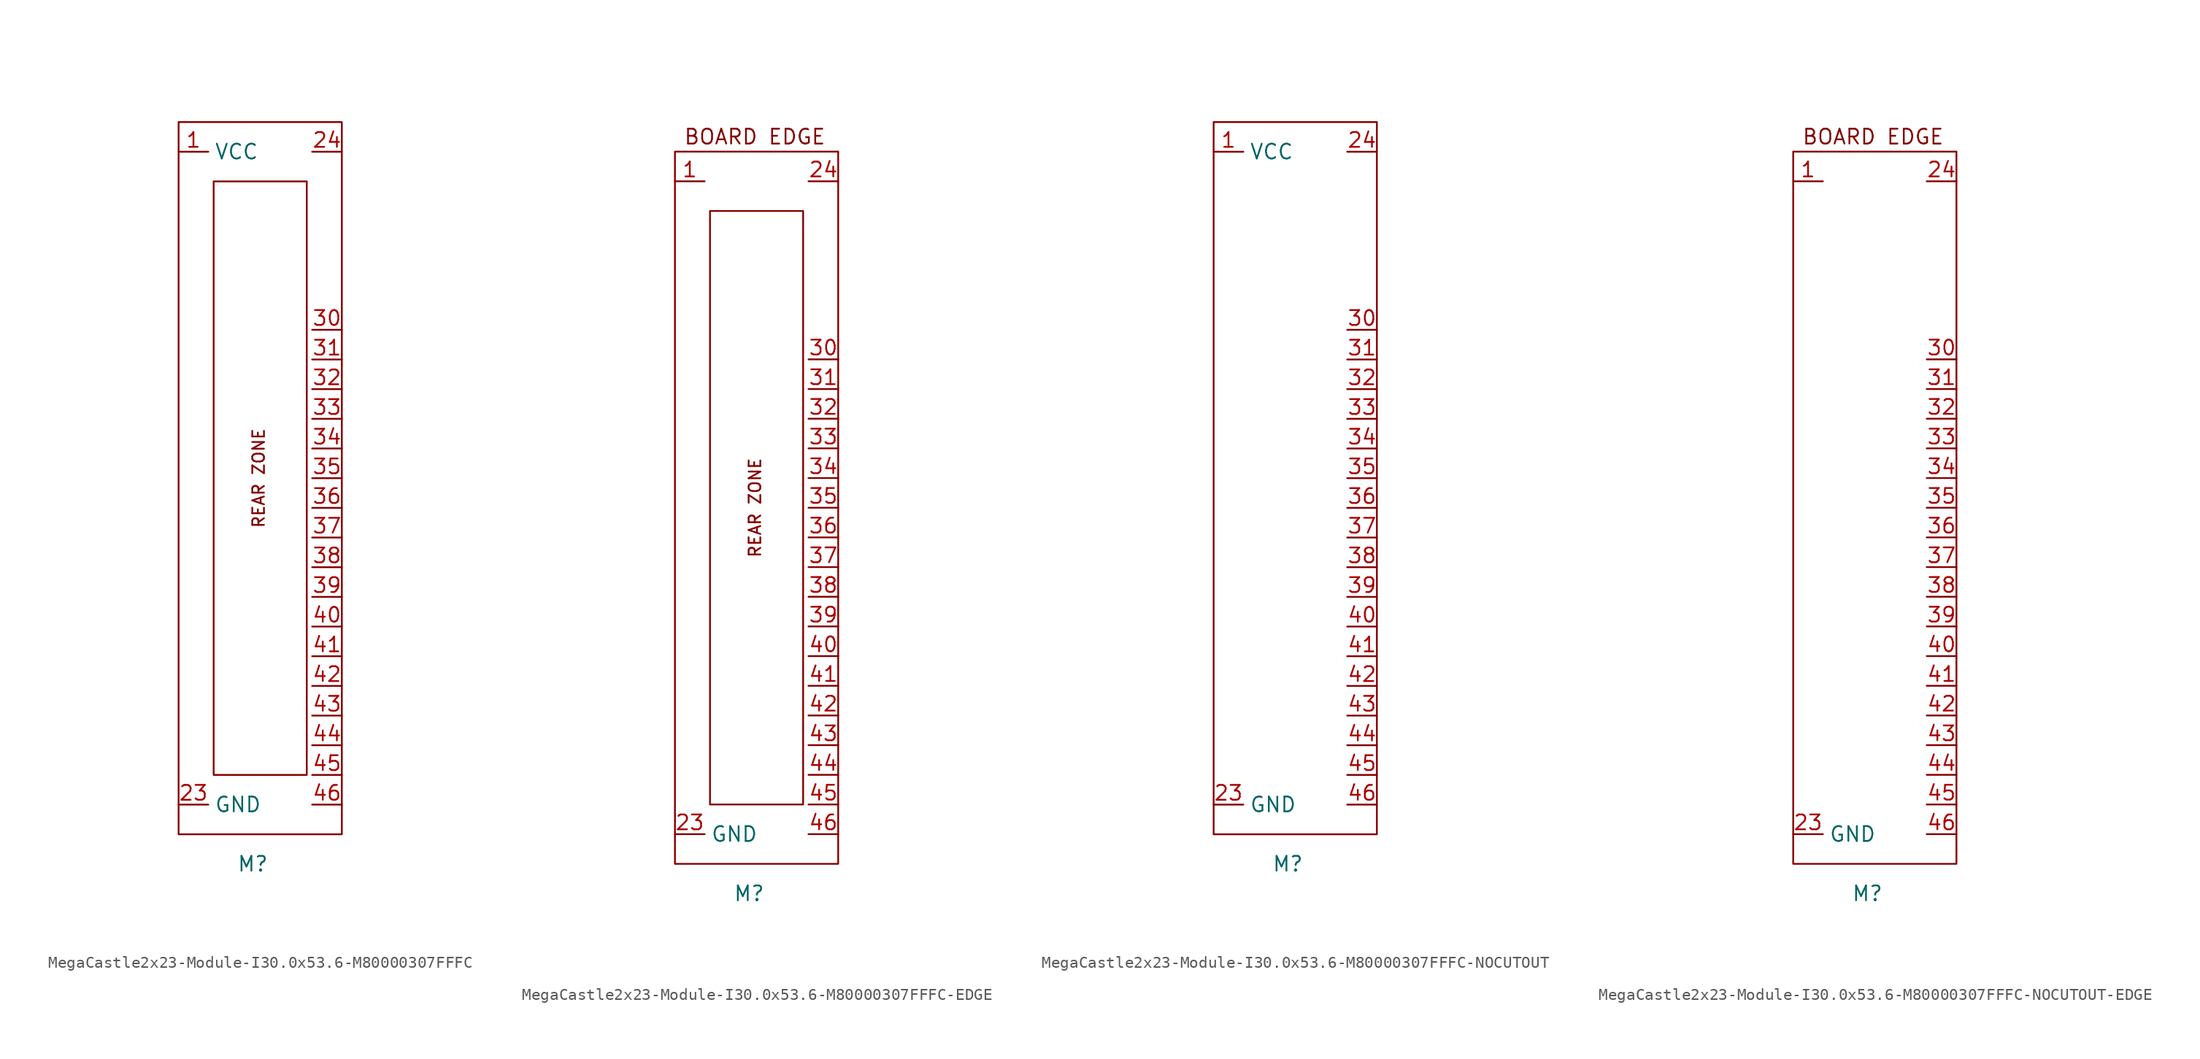
<source format=kicad_sym>
(kicad_symbol_lib
  (version 20231120)
  (generator "kicad_symbol_editor")
  (generator_version "8.0")
  (symbol "MegaCastle2x23-Module-I30.0x53.6-M80000307FFFC"
    (property "Reference" "M"
      (at 0 -33.02 0)
      (effects (font (size 1.27 1.27))))
    (property "Value" ""
      (at 0 5.08 0)
      (effects (font (size 1.27 1.27))))
    (symbol "MegaCastle2x23-Module-I30.0x53.6-M80000307FFFC_0_1"
      (rectangle (start -6.35 30.48) (end 7.62 -30.48) (stroke (width 0) (type default)) (fill (type none)))
      (rectangle (start -3.35 25.4) (end 4.62 -25.4) (stroke (width 0) (type default)) (fill (type none))))
    (symbol "MegaCastle2x23-Module-I30.0x53.6-M80000307FFFC_1_1"
      (text "REAR ZONE" (at 0.5 0 900) (effects (font (size 1 1))))
      (pin bidirectional line (at -6.35 27.94 0) (length 2.54) (name "VCC" (effects (font (size 1.27 1.27)))) (number "1" (effects (font (size 1.27 1.27)))))
      (pin bidirectional line (at -6.35 -27.94 0) (length 2.54) (name "GND" (effects (font (size 1.27 1.27)))) (number "23" (effects (font (size 1.27 1.27)))))
      (pin bidirectional line (at 7.62 27.94 180) (length 2.54) (name "" (effects (font (size 1.27 1.27)))) (number "24" (effects (font (size 1.27 1.27)))))
      (pin bidirectional line (at 7.62 12.7 180) (length 2.54) (name "" (effects (font (size 1.27 1.27)))) (number "30" (effects (font (size 1.27 1.27)))))
      (pin bidirectional line (at 7.62 10.16 180) (length 2.54) (name "" (effects (font (size 1.27 1.27)))) (number "31" (effects (font (size 1.27 1.27)))))
      (pin bidirectional line (at 7.62 7.62 180) (length 2.54) (name "" (effects (font (size 1.27 1.27)))) (number "32" (effects (font (size 1.27 1.27)))))
      (pin bidirectional line (at 7.62 5.08 180) (length 2.54) (name "" (effects (font (size 1.27 1.27)))) (number "33" (effects (font (size 1.27 1.27)))))
      (pin bidirectional line (at 7.62 2.54 180) (length 2.54) (name "" (effects (font (size 1.27 1.27)))) (number "34" (effects (font (size 1.27 1.27)))))
      (pin bidirectional line (at 7.62 0 180) (length 2.54) (name "" (effects (font (size 1.27 1.27)))) (number "35" (effects (font (size 1.27 1.27)))))
      (pin bidirectional line (at 7.62 -2.54 180) (length 2.54) (name "" (effects (font (size 1.27 1.27)))) (number "36" (effects (font (size 1.27 1.27)))))
      (pin bidirectional line (at 7.62 -5.08 180) (length 2.54) (name "" (effects (font (size 1.27 1.27)))) (number "37" (effects (font (size 1.27 1.27)))))
      (pin bidirectional line (at 7.62 -7.62 180) (length 2.54) (name "" (effects (font (size 1.27 1.27)))) (number "38" (effects (font (size 1.27 1.27)))))
      (pin bidirectional line (at 7.62 -10.16 180) (length 2.54) (name "" (effects (font (size 1.27 1.27)))) (number "39" (effects (font (size 1.27 1.27)))))
      (pin bidirectional line (at 7.62 -12.7 180) (length 2.54) (name "" (effects (font (size 1.27 1.27)))) (number "40" (effects (font (size 1.27 1.27)))))
      (pin bidirectional line (at 7.62 -15.24 180) (length 2.54) (name "" (effects (font (size 1.27 1.27)))) (number "41" (effects (font (size 1.27 1.27)))))
      (pin bidirectional line (at 7.62 -17.78 180) (length 2.54) (name "" (effects (font (size 1.27 1.27)))) (number "42" (effects (font (size 1.27 1.27)))))
      (pin bidirectional line (at 7.62 -20.32 180) (length 2.54) (name "" (effects (font (size 1.27 1.27)))) (number "43" (effects (font (size 1.27 1.27)))))
      (pin bidirectional line (at 7.62 -22.86 180) (length 2.54) (name "" (effects (font (size 1.27 1.27)))) (number "44" (effects (font (size 1.27 1.27)))))
      (pin bidirectional line (at 7.62 -25.4 180) (length 2.54) (name "" (effects (font (size 1.27 1.27)))) (number "45" (effects (font (size 1.27 1.27)))))
      (pin bidirectional line (at 7.62 -27.94 180) (length 2.54) (name "" (effects (font (size 1.27 1.27)))) (number "46" (effects (font (size 1.27 1.27)))))))
  (symbol "MegaCastle2x23-Module-I30.0x53.6-M80000307FFFC-EDGE"
    (property "Reference" "M"
      (at 0 -33.02 0)
      (effects (font (size 1.27 1.27))))
    (property "Value" ""
      (at 0 5.08 0)
      (effects (font (size 1.27 1.27))))
    (symbol "MegaCastle2x23-Module-I30.0x53.6-M80000307FFFC-EDGE_0_1"
      (rectangle (start -6.35 30.48) (end 7.62 -30.48) (stroke (width 0) (type default)) (fill (type none)))
      (rectangle (start -3.35 25.4) (end 4.62 -25.4) (stroke (width 0) (type default)) (fill (type none))))
    (symbol "MegaCastle2x23-Module-I30.0x53.6-M80000307FFFC-EDGE_1_1"
      (text " BOARD EDGE" (at 0 31.75 0) (effects (font (size 1.27 1.27))))
      (text "REAR ZONE" (at 0.5 0 900) (effects (font (size 1 1))))
      (pin bidirectional line (at -6.35 27.94 0) (length 2.54) (name "" (effects (font (size 1.27 1.27)))) (number "1" (effects (font (size 1.27 1.27)))))
      (pin bidirectional line (at -6.35 -27.94 0) (length 2.54) (name "GND" (effects (font (size 1.27 1.27)))) (number "23" (effects (font (size 1.27 1.27)))))
      (pin bidirectional line (at 7.62 27.94 180) (length 2.54) (name "" (effects (font (size 1.27 1.27)))) (number "24" (effects (font (size 1.27 1.27)))))
      (pin bidirectional line (at 7.62 12.7 180) (length 2.54) (name "" (effects (font (size 1.27 1.27)))) (number "30" (effects (font (size 1.27 1.27)))))
      (pin bidirectional line (at 7.62 10.16 180) (length 2.54) (name "" (effects (font (size 1.27 1.27)))) (number "31" (effects (font (size 1.27 1.27)))))
      (pin bidirectional line (at 7.62 7.62 180) (length 2.54) (name "" (effects (font (size 1.27 1.27)))) (number "32" (effects (font (size 1.27 1.27)))))
      (pin bidirectional line (at 7.62 5.08 180) (length 2.54) (name "" (effects (font (size 1.27 1.27)))) (number "33" (effects (font (size 1.27 1.27)))))
      (pin bidirectional line (at 7.62 2.54 180) (length 2.54) (name "" (effects (font (size 1.27 1.27)))) (number "34" (effects (font (size 1.27 1.27)))))
      (pin bidirectional line (at 7.62 0 180) (length 2.54) (name "" (effects (font (size 1.27 1.27)))) (number "35" (effects (font (size 1.27 1.27)))))
      (pin bidirectional line (at 7.62 -2.54 180) (length 2.54) (name "" (effects (font (size 1.27 1.27)))) (number "36" (effects (font (size 1.27 1.27)))))
      (pin bidirectional line (at 7.62 -5.08 180) (length 2.54) (name "" (effects (font (size 1.27 1.27)))) (number "37" (effects (font (size 1.27 1.27)))))
      (pin bidirectional line (at 7.62 -7.62 180) (length 2.54) (name "" (effects (font (size 1.27 1.27)))) (number "38" (effects (font (size 1.27 1.27)))))
      (pin bidirectional line (at 7.62 -10.16 180) (length 2.54) (name "" (effects (font (size 1.27 1.27)))) (number "39" (effects (font (size 1.27 1.27)))))
      (pin bidirectional line (at 7.62 -12.7 180) (length 2.54) (name "" (effects (font (size 1.27 1.27)))) (number "40" (effects (font (size 1.27 1.27)))))
      (pin bidirectional line (at 7.62 -15.24 180) (length 2.54) (name "" (effects (font (size 1.27 1.27)))) (number "41" (effects (font (size 1.27 1.27)))))
      (pin bidirectional line (at 7.62 -17.78 180) (length 2.54) (name "" (effects (font (size 1.27 1.27)))) (number "42" (effects (font (size 1.27 1.27)))))
      (pin bidirectional line (at 7.62 -20.32 180) (length 2.54) (name "" (effects (font (size 1.27 1.27)))) (number "43" (effects (font (size 1.27 1.27)))))
      (pin bidirectional line (at 7.62 -22.86 180) (length 2.54) (name "" (effects (font (size 1.27 1.27)))) (number "44" (effects (font (size 1.27 1.27)))))
      (pin bidirectional line (at 7.62 -25.4 180) (length 2.54) (name "" (effects (font (size 1.27 1.27)))) (number "45" (effects (font (size 1.27 1.27)))))
      (pin bidirectional line (at 7.62 -27.94 180) (length 2.54) (name "" (effects (font (size 1.27 1.27)))) (number "46" (effects (font (size 1.27 1.27)))))))
  (symbol "MegaCastle2x23-Module-I30.0x53.6-M80000307FFFC-NOCUTOUT"
    (property "Reference" "M"
      (at 0 -33.02 0)
      (effects (font (size 1.27 1.27))))
    (property "Value" ""
      (at 0 5.08 0)
      (effects (font (size 1.27 1.27))))
    (symbol "MegaCastle2x23-Module-I30.0x53.6-M80000307FFFC-NOCUTOUT_0_1"
      (rectangle (start -6.35 30.48) (end 7.62 -30.48) (stroke (width 0) (type default)) (fill (type none))))
    (symbol "MegaCastle2x23-Module-I30.0x53.6-M80000307FFFC-NOCUTOUT_1_1"
      (pin bidirectional line (at -6.35 27.94 0) (length 2.54) (name "VCC" (effects (font (size 1.27 1.27)))) (number "1" (effects (font (size 1.27 1.27)))))
      (pin bidirectional line (at -6.35 -27.94 0) (length 2.54) (name "GND" (effects (font (size 1.27 1.27)))) (number "23" (effects (font (size 1.27 1.27)))))
      (pin bidirectional line (at 7.62 27.94 180) (length 2.54) (name "" (effects (font (size 1.27 1.27)))) (number "24" (effects (font (size 1.27 1.27)))))
      (pin bidirectional line (at 7.62 12.7 180) (length 2.54) (name "" (effects (font (size 1.27 1.27)))) (number "30" (effects (font (size 1.27 1.27)))))
      (pin bidirectional line (at 7.62 10.16 180) (length 2.54) (name "" (effects (font (size 1.27 1.27)))) (number "31" (effects (font (size 1.27 1.27)))))
      (pin bidirectional line (at 7.62 7.62 180) (length 2.54) (name "" (effects (font (size 1.27 1.27)))) (number "32" (effects (font (size 1.27 1.27)))))
      (pin bidirectional line (at 7.62 5.08 180) (length 2.54) (name "" (effects (font (size 1.27 1.27)))) (number "33" (effects (font (size 1.27 1.27)))))
      (pin bidirectional line (at 7.62 2.54 180) (length 2.54) (name "" (effects (font (size 1.27 1.27)))) (number "34" (effects (font (size 1.27 1.27)))))
      (pin bidirectional line (at 7.62 0 180) (length 2.54) (name "" (effects (font (size 1.27 1.27)))) (number "35" (effects (font (size 1.27 1.27)))))
      (pin bidirectional line (at 7.62 -2.54 180) (length 2.54) (name "" (effects (font (size 1.27 1.27)))) (number "36" (effects (font (size 1.27 1.27)))))
      (pin bidirectional line (at 7.62 -5.08 180) (length 2.54) (name "" (effects (font (size 1.27 1.27)))) (number "37" (effects (font (size 1.27 1.27)))))
      (pin bidirectional line (at 7.62 -7.62 180) (length 2.54) (name "" (effects (font (size 1.27 1.27)))) (number "38" (effects (font (size 1.27 1.27)))))
      (pin bidirectional line (at 7.62 -10.16 180) (length 2.54) (name "" (effects (font (size 1.27 1.27)))) (number "39" (effects (font (size 1.27 1.27)))))
      (pin bidirectional line (at 7.62 -12.7 180) (length 2.54) (name "" (effects (font (size 1.27 1.27)))) (number "40" (effects (font (size 1.27 1.27)))))
      (pin bidirectional line (at 7.62 -15.24 180) (length 2.54) (name "" (effects (font (size 1.27 1.27)))) (number "41" (effects (font (size 1.27 1.27)))))
      (pin bidirectional line (at 7.62 -17.78 180) (length 2.54) (name "" (effects (font (size 1.27 1.27)))) (number "42" (effects (font (size 1.27 1.27)))))
      (pin bidirectional line (at 7.62 -20.32 180) (length 2.54) (name "" (effects (font (size 1.27 1.27)))) (number "43" (effects (font (size 1.27 1.27)))))
      (pin bidirectional line (at 7.62 -22.86 180) (length 2.54) (name "" (effects (font (size 1.27 1.27)))) (number "44" (effects (font (size 1.27 1.27)))))
      (pin bidirectional line (at 7.62 -25.4 180) (length 2.54) (name "" (effects (font (size 1.27 1.27)))) (number "45" (effects (font (size 1.27 1.27)))))
      (pin bidirectional line (at 7.62 -27.94 180) (length 2.54) (name "" (effects (font (size 1.27 1.27)))) (number "46" (effects (font (size 1.27 1.27)))))))
  (symbol "MegaCastle2x23-Module-I30.0x53.6-M80000307FFFC-NOCUTOUT-EDGE"
    (property "Reference" "M"
      (at 0 -33.02 0)
      (effects (font (size 1.27 1.27))))
    (property "Value" ""
      (at 0 5.08 0)
      (effects (font (size 1.27 1.27))))
    (symbol "MegaCastle2x23-Module-I30.0x53.6-M80000307FFFC-NOCUTOUT-EDGE_0_1"
      (rectangle (start -6.35 30.48) (end 7.62 -30.48) (stroke (width 0) (type default)) (fill (type none))))
    (symbol "MegaCastle2x23-Module-I30.0x53.6-M80000307FFFC-NOCUTOUT-EDGE_1_1"
      (text " BOARD EDGE" (at 0 31.75 0) (effects (font (size 1.27 1.27))))
      (pin bidirectional line (at -6.35 27.94 0) (length 2.54) (name "" (effects (font (size 1.27 1.27)))) (number "1" (effects (font (size 1.27 1.27)))))
      (pin bidirectional line (at -6.35 -27.94 0) (length 2.54) (name "GND" (effects (font (size 1.27 1.27)))) (number "23" (effects (font (size 1.27 1.27)))))
      (pin bidirectional line (at 7.62 27.94 180) (length 2.54) (name "" (effects (font (size 1.27 1.27)))) (number "24" (effects (font (size 1.27 1.27)))))
      (pin bidirectional line (at 7.62 12.7 180) (length 2.54) (name "" (effects (font (size 1.27 1.27)))) (number "30" (effects (font (size 1.27 1.27)))))
      (pin bidirectional line (at 7.62 10.16 180) (length 2.54) (name "" (effects (font (size 1.27 1.27)))) (number "31" (effects (font (size 1.27 1.27)))))
      (pin bidirectional line (at 7.62 7.62 180) (length 2.54) (name "" (effects (font (size 1.27 1.27)))) (number "32" (effects (font (size 1.27 1.27)))))
      (pin bidirectional line (at 7.62 5.08 180) (length 2.54) (name "" (effects (font (size 1.27 1.27)))) (number "33" (effects (font (size 1.27 1.27)))))
      (pin bidirectional line (at 7.62 2.54 180) (length 2.54) (name "" (effects (font (size 1.27 1.27)))) (number "34" (effects (font (size 1.27 1.27)))))
      (pin bidirectional line (at 7.62 0 180) (length 2.54) (name "" (effects (font (size 1.27 1.27)))) (number "35" (effects (font (size 1.27 1.27)))))
      (pin bidirectional line (at 7.62 -2.54 180) (length 2.54) (name "" (effects (font (size 1.27 1.27)))) (number "36" (effects (font (size 1.27 1.27)))))
      (pin bidirectional line (at 7.62 -5.08 180) (length 2.54) (name "" (effects (font (size 1.27 1.27)))) (number "37" (effects (font (size 1.27 1.27)))))
      (pin bidirectional line (at 7.62 -7.62 180) (length 2.54) (name "" (effects (font (size 1.27 1.27)))) (number "38" (effects (font (size 1.27 1.27)))))
      (pin bidirectional line (at 7.62 -10.16 180) (length 2.54) (name "" (effects (font (size 1.27 1.27)))) (number "39" (effects (font (size 1.27 1.27)))))
      (pin bidirectional line (at 7.62 -12.7 180) (length 2.54) (name "" (effects (font (size 1.27 1.27)))) (number "40" (effects (font (size 1.27 1.27)))))
      (pin bidirectional line (at 7.62 -15.24 180) (length 2.54) (name "" (effects (font (size 1.27 1.27)))) (number "41" (effects (font (size 1.27 1.27)))))
      (pin bidirectional line (at 7.62 -17.78 180) (length 2.54) (name "" (effects (font (size 1.27 1.27)))) (number "42" (effects (font (size 1.27 1.27)))))
      (pin bidirectional line (at 7.62 -20.32 180) (length 2.54) (name "" (effects (font (size 1.27 1.27)))) (number "43" (effects (font (size 1.27 1.27)))))
      (pin bidirectional line (at 7.62 -22.86 180) (length 2.54) (name "" (effects (font (size 1.27 1.27)))) (number "44" (effects (font (size 1.27 1.27)))))
      (pin bidirectional line (at 7.62 -25.4 180) (length 2.54) (name "" (effects (font (size 1.27 1.27)))) (number "45" (effects (font (size 1.27 1.27)))))
      (pin bidirectional line (at 7.62 -27.94 180) (length 2.54) (name "" (effects (font (size 1.27 1.27)))) (number "46" (effects (font (size 1.27 1.27))))))))
</source>
